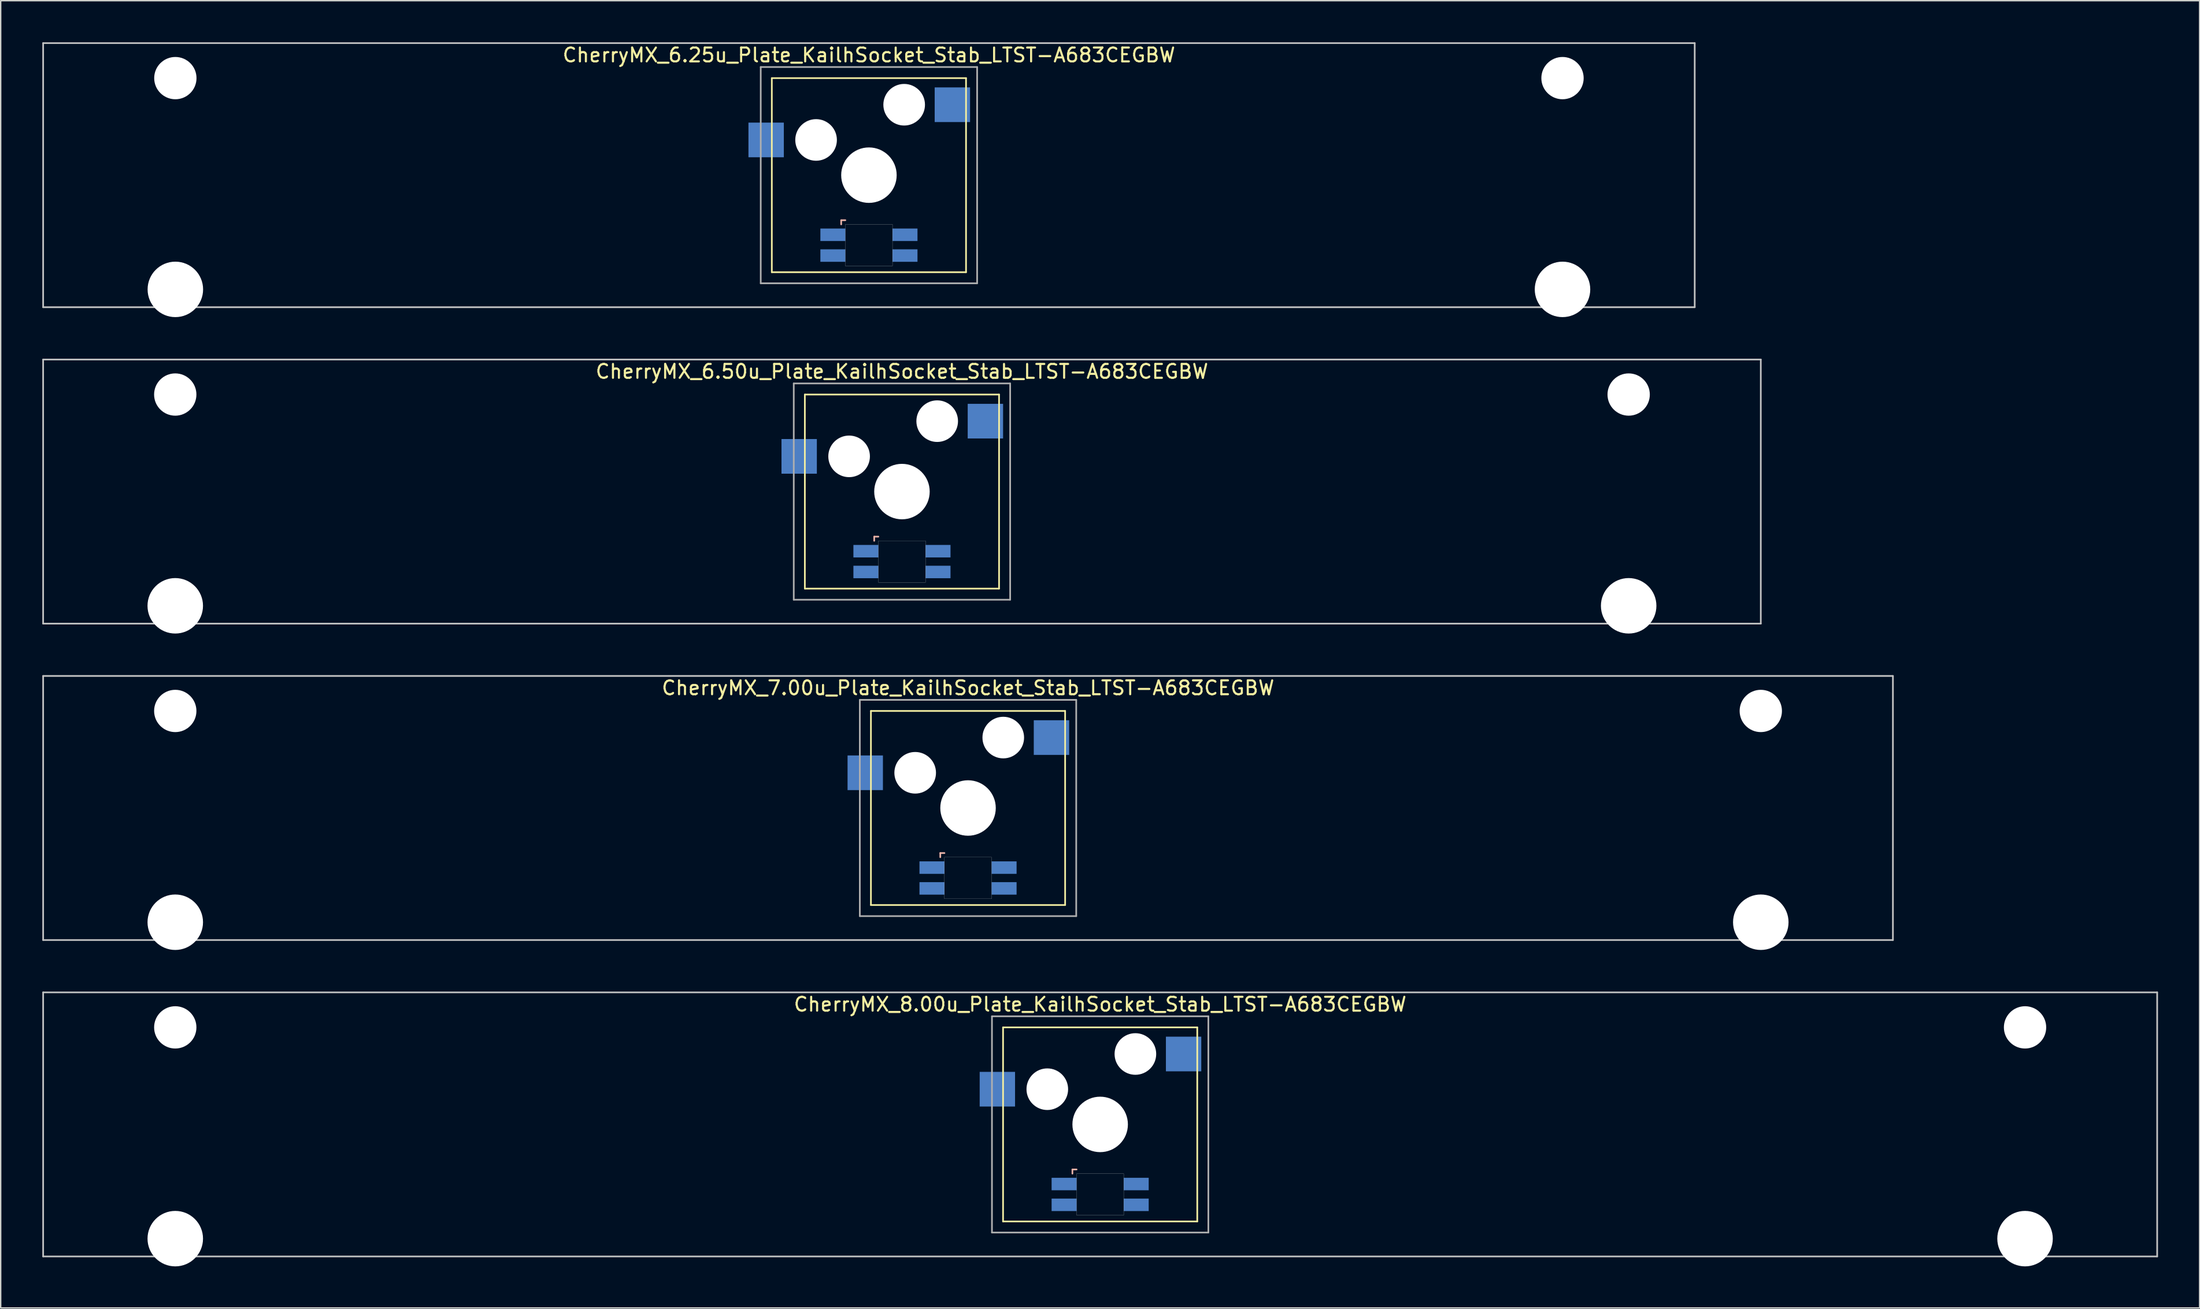
<source format=kicad_pcb>
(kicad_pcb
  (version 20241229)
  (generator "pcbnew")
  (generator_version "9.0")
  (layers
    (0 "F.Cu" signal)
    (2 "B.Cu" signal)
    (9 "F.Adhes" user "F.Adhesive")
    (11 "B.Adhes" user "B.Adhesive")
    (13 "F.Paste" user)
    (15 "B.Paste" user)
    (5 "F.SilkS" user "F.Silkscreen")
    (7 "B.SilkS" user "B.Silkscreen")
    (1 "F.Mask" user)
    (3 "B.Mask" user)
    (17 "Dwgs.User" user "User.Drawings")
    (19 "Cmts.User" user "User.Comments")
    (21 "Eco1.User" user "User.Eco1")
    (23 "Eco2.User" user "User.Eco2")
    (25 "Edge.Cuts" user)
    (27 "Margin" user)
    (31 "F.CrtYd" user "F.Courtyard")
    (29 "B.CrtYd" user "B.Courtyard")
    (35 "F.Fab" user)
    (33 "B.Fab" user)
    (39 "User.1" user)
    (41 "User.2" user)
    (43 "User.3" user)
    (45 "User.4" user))
  (footprint "CherryMX_7.00u_Plate_KailhSocket_Stab_LTST-A683CEGBW"
    (layer "F.Cu")
    (at 66.735 55.235)
    (property "Reference" "CherryMX_7.00u_Plate_KailhSocket_Stab_LTST-A683CEGBW" (at 0 -8.662 0) (layer "F.SilkS") (effects (font (size 1 1) (thickness 0.15))))
    (attr through_hole)
    (fp_line (start -7 -7) (end -7 7) (stroke (width 0.12) (type solid)) (layer "F.SilkS"))
    (fp_line (start -7 -7) (end 7 -7) (stroke (width 0.12) (type solid)) (layer "F.SilkS"))
    (fp_line (start 7 -7) (end 7 7) (stroke (width 0.12) (type solid)) (layer "F.SilkS"))
    (fp_line (start 7 7) (end -7 7) (stroke (width 0.12) (type solid)) (layer "F.SilkS"))
    (fp_line (start -2 3.25) (end -2 3.55) (stroke (width 0.12) (type solid)) (layer "B.SilkS"))
    (fp_line (start -1.7 3.25) (end -2 3.25) (stroke (width 0.12) (type solid)) (layer "B.SilkS"))
    (fp_line (start -66.675 -9.525) (end 66.675 -9.525) (stroke (width 0.12) (type solid)) (layer "Dwgs.User"))
    (fp_line (start -66.675 9.525) (end -66.675 -9.525) (stroke (width 0.12) (type solid)) (layer "Dwgs.User"))
    (fp_line (start 66.675 -9.525) (end 66.675 9.525) (stroke (width 0.12) (type solid)) (layer "Dwgs.User"))
    (fp_line (start 66.675 9.525) (end -66.675 9.525) (stroke (width 0.12) (type solid)) (layer "Dwgs.User"))
    (fp_poly (pts (xy 1.7 6.55) (xy -1.7 6.55) (xy -1.7 3.55) (xy 1.7 3.55)) (stroke (width 0.01) (type solid)) (fill no) (layer "Edge.Cuts"))
    (fp_line (start -7.8 -7.8) (end -7.8 7.8) (stroke (width 0.12) (type solid)) (layer "F.Fab"))
    (fp_line (start -7.8 -7.8) (end 7.8 -7.8) (stroke (width 0.12) (type solid)) (layer "F.Fab"))
    (fp_line (start -7.8 7.8) (end 7.8 7.8) (stroke (width 0.12) (type solid)) (layer "F.Fab"))
    (fp_line (start 7.8 -7.8) (end 7.8 7.8) (stroke (width 0.12) (type solid)) (layer "F.Fab"))
    (pad "" np_thru_hole circle (at -57.15 -7) (size 3.05 3.05) (drill 3.05) (layers "*.Cu" "*.Mask"))
    (pad "" np_thru_hole circle (at -57.15 8.24) (size 4 4) (drill 4) (layers "*.Cu" "*.Mask"))
    (pad "" np_thru_hole circle (at -3.81 -2.54) (size 3 3) (drill 3) (layers "*.Cu" "*.Mask"))
    (pad "" np_thru_hole circle (at 0 0) (size 4 4) (drill 4) (layers "*.Cu" "*.Mask"))
    (pad "" np_thru_hole circle (at 2.54 -5.08) (size 3 3) (drill 3) (layers "*.Cu" "*.Mask"))
    (pad "" np_thru_hole circle (at 57.15 -7) (size 3.05 3.05) (drill 3.05) (layers "*.Cu" "*.Mask"))
    (pad "" np_thru_hole circle (at 57.15 8.24) (size 4 4) (drill 4) (layers "*.Cu" "*.Mask"))
    (pad "1" smd rect (at -7.41 -2.54) (size 2.55 2.5) (layers "B.Cu" "B.Mask" "B.Paste"))
    (pad "2" smd rect (at 6.015 -5.08) (size 2.55 2.5) (layers "B.Cu" "B.Mask" "B.Paste"))
    (pad "3" smd rect (at -2.6 4.3) (size 1.8 0.9) (layers "B.Cu" "B.Mask" "B.Paste"))
    (pad "4" smd rect (at -2.6 5.8) (size 1.8 0.9) (layers "B.Cu" "B.Mask" "B.Paste"))
    (pad "5" smd rect (at 2.6 4.3) (size 1.8 0.9) (layers "B.Cu" "B.Mask" "B.Paste"))
    (pad "6" smd rect (at 2.6 5.8) (size 1.8 0.9) (layers "B.Cu" "B.Mask" "B.Paste")))
  (footprint "CherryMX_6.25u_Plate_KailhSocket_Stab_LTST-A683CEGBW"
    (layer "F.Cu")
    (at 59.591 9.585)
    (property "Reference" "CherryMX_6.25u_Plate_KailhSocket_Stab_LTST-A683CEGBW" (at 0 -8.662 0) (layer "F.SilkS") (effects (font (size 1 1) (thickness 0.15))))
    (attr through_hole)
    (fp_line (start -7 -7) (end -7 7) (stroke (width 0.12) (type solid)) (layer "F.SilkS"))
    (fp_line (start -7 -7) (end 7 -7) (stroke (width 0.12) (type solid)) (layer "F.SilkS"))
    (fp_line (start 7 -7) (end 7 7) (stroke (width 0.12) (type solid)) (layer "F.SilkS"))
    (fp_line (start 7 7) (end -7 7) (stroke (width 0.12) (type solid)) (layer "F.SilkS"))
    (fp_line (start -2 3.25) (end -2 3.55) (stroke (width 0.12) (type solid)) (layer "B.SilkS"))
    (fp_line (start -1.7 3.25) (end -2 3.25) (stroke (width 0.12) (type solid)) (layer "B.SilkS"))
    (fp_line (start -59.531 -9.525) (end 59.531 -9.525) (stroke (width 0.12) (type solid)) (layer "Dwgs.User"))
    (fp_line (start -59.531 9.525) (end -59.531 -9.525) (stroke (width 0.12) (type solid)) (layer "Dwgs.User"))
    (fp_line (start 59.531 -9.525) (end 59.531 9.525) (stroke (width 0.12) (type solid)) (layer "Dwgs.User"))
    (fp_line (start 59.531 9.525) (end -59.531 9.525) (stroke (width 0.12) (type solid)) (layer "Dwgs.User"))
    (fp_poly (pts (xy 1.7 6.55) (xy -1.7 6.55) (xy -1.7 3.55) (xy 1.7 3.55)) (stroke (width 0.01) (type solid)) (fill no) (layer "Edge.Cuts"))
    (fp_line (start -7.8 -7.8) (end -7.8 7.8) (stroke (width 0.12) (type solid)) (layer "F.Fab"))
    (fp_line (start -7.8 -7.8) (end 7.8 -7.8) (stroke (width 0.12) (type solid)) (layer "F.Fab"))
    (fp_line (start -7.8 7.8) (end 7.8 7.8) (stroke (width 0.12) (type solid)) (layer "F.Fab"))
    (fp_line (start 7.8 -7.8) (end 7.8 7.8) (stroke (width 0.12) (type solid)) (layer "F.Fab"))
    (pad "" np_thru_hole circle (at -50 -7) (size 3.05 3.05) (drill 3.05) (layers "*.Cu" "*.Mask"))
    (pad "" np_thru_hole circle (at -50 8.24) (size 4 4) (drill 4) (layers "*.Cu" "*.Mask"))
    (pad "" np_thru_hole circle (at -3.81 -2.54) (size 3 3) (drill 3) (layers "*.Cu" "*.Mask"))
    (pad "" np_thru_hole circle (at 0 0) (size 4 4) (drill 4) (layers "*.Cu" "*.Mask"))
    (pad "" np_thru_hole circle (at 2.54 -5.08) (size 3 3) (drill 3) (layers "*.Cu" "*.Mask"))
    (pad "" np_thru_hole circle (at 50 -7) (size 3.05 3.05) (drill 3.05) (layers "*.Cu" "*.Mask"))
    (pad "" np_thru_hole circle (at 50 8.24) (size 4 4) (drill 4) (layers "*.Cu" "*.Mask"))
    (pad "1" smd rect (at -7.41 -2.54) (size 2.55 2.5) (layers "B.Cu" "B.Mask" "B.Paste"))
    (pad "2" smd rect (at 6.015 -5.08) (size 2.55 2.5) (layers "B.Cu" "B.Mask" "B.Paste"))
    (pad "3" smd rect (at -2.6 4.3) (size 1.8 0.9) (layers "B.Cu" "B.Mask" "B.Paste"))
    (pad "4" smd rect (at -2.6 5.8) (size 1.8 0.9) (layers "B.Cu" "B.Mask" "B.Paste"))
    (pad "5" smd rect (at 2.6 4.3) (size 1.8 0.9) (layers "B.Cu" "B.Mask" "B.Paste"))
    (pad "6" smd rect (at 2.6 5.8) (size 1.8 0.9) (layers "B.Cu" "B.Mask" "B.Paste")))
  (footprint "CherryMX_6.50u_Plate_KailhSocket_Stab_LTST-A683CEGBW"
    (layer "F.Cu")
    (at 61.972 32.41)
    (property "Reference" "CherryMX_6.50u_Plate_KailhSocket_Stab_LTST-A683CEGBW" (at 0 -8.662 0) (layer "F.SilkS") (effects (font (size 1 1) (thickness 0.15))))
    (attr through_hole)
    (fp_line (start -7 -7) (end -7 7) (stroke (width 0.12) (type solid)) (layer "F.SilkS"))
    (fp_line (start -7 -7) (end 7 -7) (stroke (width 0.12) (type solid)) (layer "F.SilkS"))
    (fp_line (start 7 -7) (end 7 7) (stroke (width 0.12) (type solid)) (layer "F.SilkS"))
    (fp_line (start 7 7) (end -7 7) (stroke (width 0.12) (type solid)) (layer "F.SilkS"))
    (fp_line (start -2 3.25) (end -2 3.55) (stroke (width 0.12) (type solid)) (layer "B.SilkS"))
    (fp_line (start -1.7 3.25) (end -2 3.25) (stroke (width 0.12) (type solid)) (layer "B.SilkS"))
    (fp_line (start -61.913 -9.525) (end 61.913 -9.525) (stroke (width 0.12) (type solid)) (layer "Dwgs.User"))
    (fp_line (start -61.913 9.525) (end -61.913 -9.525) (stroke (width 0.12) (type solid)) (layer "Dwgs.User"))
    (fp_line (start 61.913 -9.525) (end 61.913 9.525) (stroke (width 0.12) (type solid)) (layer "Dwgs.User"))
    (fp_line (start 61.913 9.525) (end -61.913 9.525) (stroke (width 0.12) (type solid)) (layer "Dwgs.User"))
    (fp_poly (pts (xy 1.7 6.55) (xy -1.7 6.55) (xy -1.7 3.55) (xy 1.7 3.55)) (stroke (width 0.01) (type solid)) (fill no) (layer "Edge.Cuts"))
    (fp_line (start -7.8 -7.8) (end -7.8 7.8) (stroke (width 0.12) (type solid)) (layer "F.Fab"))
    (fp_line (start -7.8 -7.8) (end 7.8 -7.8) (stroke (width 0.12) (type solid)) (layer "F.Fab"))
    (fp_line (start -7.8 7.8) (end 7.8 7.8) (stroke (width 0.12) (type solid)) (layer "F.Fab"))
    (fp_line (start 7.8 -7.8) (end 7.8 7.8) (stroke (width 0.12) (type solid)) (layer "F.Fab"))
    (pad "" np_thru_hole circle (at -52.388 -7) (size 3.05 3.05) (drill 3.05) (layers "*.Cu" "*.Mask"))
    (pad "" np_thru_hole circle (at -52.388 8.24) (size 4 4) (drill 4) (layers "*.Cu" "*.Mask"))
    (pad "" np_thru_hole circle (at -3.81 -2.54) (size 3 3) (drill 3) (layers "*.Cu" "*.Mask"))
    (pad "" np_thru_hole circle (at 0 0) (size 4 4) (drill 4) (layers "*.Cu" "*.Mask"))
    (pad "" np_thru_hole circle (at 2.54 -5.08) (size 3 3) (drill 3) (layers "*.Cu" "*.Mask"))
    (pad "" np_thru_hole circle (at 52.388 -7) (size 3.05 3.05) (drill 3.05) (layers "*.Cu" "*.Mask"))
    (pad "" np_thru_hole circle (at 52.388 8.24) (size 4 4) (drill 4) (layers "*.Cu" "*.Mask"))
    (pad "1" smd rect (at -7.41 -2.54) (size 2.55 2.5) (layers "B.Cu" "B.Mask" "B.Paste"))
    (pad "2" smd rect (at 6.015 -5.08) (size 2.55 2.5) (layers "B.Cu" "B.Mask" "B.Paste"))
    (pad "3" smd rect (at -2.6 4.3) (size 1.8 0.9) (layers "B.Cu" "B.Mask" "B.Paste"))
    (pad "4" smd rect (at -2.6 5.8) (size 1.8 0.9) (layers "B.Cu" "B.Mask" "B.Paste"))
    (pad "5" smd rect (at 2.6 4.3) (size 1.8 0.9) (layers "B.Cu" "B.Mask" "B.Paste"))
    (pad "6" smd rect (at 2.6 5.8) (size 1.8 0.9) (layers "B.Cu" "B.Mask" "B.Paste")))
  (footprint "CherryMX_8.00u_Plate_KailhSocket_Stab_LTST-A683CEGBW"
    (layer "F.Cu")
    (at 76.26 78.06)
    (property "Reference" "CherryMX_8.00u_Plate_KailhSocket_Stab_LTST-A683CEGBW" (at 0 -8.662 0) (layer "F.SilkS") (effects (font (size 1 1) (thickness 0.15))))
    (attr through_hole)
    (fp_line (start -7 -7) (end -7 7) (stroke (width 0.12) (type solid)) (layer "F.SilkS"))
    (fp_line (start -7 -7) (end 7 -7) (stroke (width 0.12) (type solid)) (layer "F.SilkS"))
    (fp_line (start 7 -7) (end 7 7) (stroke (width 0.12) (type solid)) (layer "F.SilkS"))
    (fp_line (start 7 7) (end -7 7) (stroke (width 0.12) (type solid)) (layer "F.SilkS"))
    (fp_line (start -2 3.25) (end -2 3.55) (stroke (width 0.12) (type solid)) (layer "B.SilkS"))
    (fp_line (start -1.7 3.25) (end -2 3.25) (stroke (width 0.12) (type solid)) (layer "B.SilkS"))
    (fp_line (start -76.2 -9.525) (end 76.2 -9.525) (stroke (width 0.12) (type solid)) (layer "Dwgs.User"))
    (fp_line (start -76.2 9.525) (end -76.2 -9.525) (stroke (width 0.12) (type solid)) (layer "Dwgs.User"))
    (fp_line (start 76.2 -9.525) (end 76.2 9.525) (stroke (width 0.12) (type solid)) (layer "Dwgs.User"))
    (fp_line (start 76.2 9.525) (end -76.2 9.525) (stroke (width 0.12) (type solid)) (layer "Dwgs.User"))
    (fp_poly (pts (xy 1.7 6.55) (xy -1.7 6.55) (xy -1.7 3.55) (xy 1.7 3.55)) (stroke (width 0.01) (type solid)) (fill no) (layer "Edge.Cuts"))
    (fp_line (start -7.8 -7.8) (end -7.8 7.8) (stroke (width 0.12) (type solid)) (layer "F.Fab"))
    (fp_line (start -7.8 -7.8) (end 7.8 -7.8) (stroke (width 0.12) (type solid)) (layer "F.Fab"))
    (fp_line (start -7.8 7.8) (end 7.8 7.8) (stroke (width 0.12) (type solid)) (layer "F.Fab"))
    (fp_line (start 7.8 -7.8) (end 7.8 7.8) (stroke (width 0.12) (type solid)) (layer "F.Fab"))
    (pad "" np_thru_hole circle (at -66.675 -7) (size 3.05 3.05) (drill 3.05) (layers "*.Cu" "*.Mask"))
    (pad "" np_thru_hole circle (at -66.675 8.24) (size 4 4) (drill 4) (layers "*.Cu" "*.Mask"))
    (pad "" np_thru_hole circle (at -3.81 -2.54) (size 3 3) (drill 3) (layers "*.Cu" "*.Mask"))
    (pad "" np_thru_hole circle (at 0 0) (size 4 4) (drill 4) (layers "*.Cu" "*.Mask"))
    (pad "" np_thru_hole circle (at 2.54 -5.08) (size 3 3) (drill 3) (layers "*.Cu" "*.Mask"))
    (pad "" np_thru_hole circle (at 66.675 -7) (size 3.05 3.05) (drill 3.05) (layers "*.Cu" "*.Mask"))
    (pad "" np_thru_hole circle (at 66.675 8.24) (size 4 4) (drill 4) (layers "*.Cu" "*.Mask"))
    (pad "1" smd rect (at -7.41 -2.54) (size 2.55 2.5) (layers "B.Cu" "B.Mask" "B.Paste"))
    (pad "2" smd rect (at 6.015 -5.08) (size 2.55 2.5) (layers "B.Cu" "B.Mask" "B.Paste"))
    (pad "3" smd rect (at -2.6 4.3) (size 1.8 0.9) (layers "B.Cu" "B.Mask" "B.Paste"))
    (pad "4" smd rect (at -2.6 5.8) (size 1.8 0.9) (layers "B.Cu" "B.Mask" "B.Paste"))
    (pad "5" smd rect (at 2.6 4.3) (size 1.8 0.9) (layers "B.Cu" "B.Mask" "B.Paste"))
    (pad "6" smd rect (at 2.6 5.8) (size 1.8 0.9) (layers "B.Cu" "B.Mask" "B.Paste")))
  (gr_rect
    (start -3 -3)
    (end 155.52 91.3)
    (stroke (width 0.1) (type default))
    (fill no)
    (layer "Edge.Cuts")))
</source>
